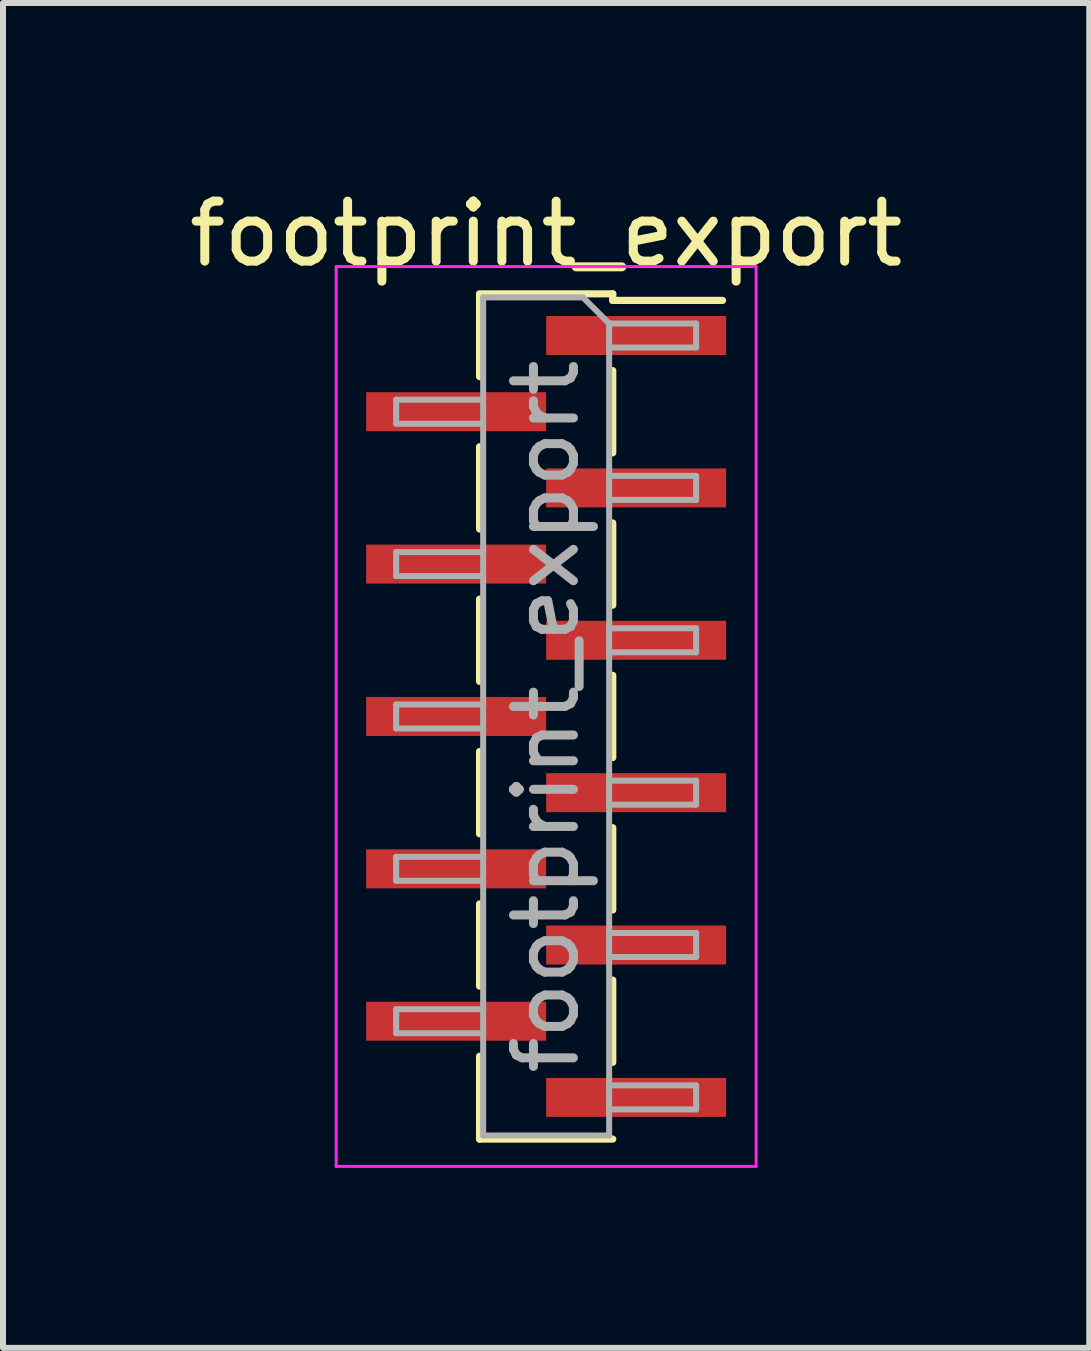
<source format=kicad_pcb>
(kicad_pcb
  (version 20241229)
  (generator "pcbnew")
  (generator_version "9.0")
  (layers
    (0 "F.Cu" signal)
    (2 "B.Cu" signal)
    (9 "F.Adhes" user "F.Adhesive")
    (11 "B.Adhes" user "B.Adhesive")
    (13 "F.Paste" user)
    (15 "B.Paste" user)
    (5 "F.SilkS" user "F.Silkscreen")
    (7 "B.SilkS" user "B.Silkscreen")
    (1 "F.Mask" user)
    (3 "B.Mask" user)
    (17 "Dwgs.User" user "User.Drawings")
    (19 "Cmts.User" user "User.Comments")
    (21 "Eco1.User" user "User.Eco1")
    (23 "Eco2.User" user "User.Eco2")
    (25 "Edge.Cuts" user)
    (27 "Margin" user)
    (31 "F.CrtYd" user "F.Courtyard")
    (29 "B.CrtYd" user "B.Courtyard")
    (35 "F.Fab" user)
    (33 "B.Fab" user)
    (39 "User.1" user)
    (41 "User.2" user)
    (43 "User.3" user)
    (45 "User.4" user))
  (footprint "footprint_export"
    (layer "F.Cu")
    (at 6.054 8.893)
    (property "Reference" "footprint_export" (at 0 -8.045 0) (layer "F.SilkS") (effects (font (size 1 1) (thickness 0.15))))
    (attr smd)
    (fp_line (start -1.11 -7.045) (end 1.11 -7.045) (stroke (width 0.12) (type solid)) (layer "F.SilkS"))
    (fp_line (start -1.11 -7.035) (end -1.11 -5.665) (stroke (width 0.12) (type solid)) (layer "F.SilkS"))
    (fp_line (start -1.11 -4.495) (end -1.11 -3.125) (stroke (width 0.12) (type solid)) (layer "F.SilkS"))
    (fp_line (start -1.11 -1.955) (end -1.11 -0.585) (stroke (width 0.12) (type solid)) (layer "F.SilkS"))
    (fp_line (start -1.11 0.585) (end -1.11 1.955) (stroke (width 0.12) (type solid)) (layer "F.SilkS"))
    (fp_line (start -1.11 3.125) (end -1.11 4.495) (stroke (width 0.12) (type solid)) (layer "F.SilkS"))
    (fp_line (start -1.11 5.665) (end -1.11 7.035) (stroke (width 0.12) (type solid)) (layer "F.SilkS"))
    (fp_line (start -1.11 6.935) (end -1.11 7.045) (stroke (width 0.12) (type solid)) (layer "F.SilkS"))
    (fp_line (start -1.11 7.045) (end 1.11 7.045) (stroke (width 0.12) (type solid)) (layer "F.SilkS"))
    (fp_line (start 1.11 -7.045) (end 1.11 -6.935) (stroke (width 0.12) (type solid)) (layer "F.SilkS"))
    (fp_line (start 1.11 -6.935) (end 2.94 -6.935) (stroke (width 0.12) (type solid)) (layer "F.SilkS"))
    (fp_line (start 1.11 -5.765) (end 1.11 -4.395) (stroke (width 0.12) (type solid)) (layer "F.SilkS"))
    (fp_line (start 1.11 -3.225) (end 1.11 -1.855) (stroke (width 0.12) (type solid)) (layer "F.SilkS"))
    (fp_line (start 1.11 -0.685) (end 1.11 0.685) (stroke (width 0.12) (type solid)) (layer "F.SilkS"))
    (fp_line (start 1.11 1.855) (end 1.11 3.225) (stroke (width 0.12) (type solid)) (layer "F.SilkS"))
    (fp_line (start 1.11 4.395) (end 1.11 5.765) (stroke (width 0.12) (type solid)) (layer "F.SilkS"))
    (fp_line (start -3.5 -7.5) (end -3.5 7.5) (stroke (width 0.05) (type solid)) (layer "F.CrtYd"))
    (fp_line (start -3.5 7.5) (end 3.5 7.5) (stroke (width 0.05) (type solid)) (layer "F.CrtYd"))
    (fp_line (start 3.5 -7.5) (end -3.5 -7.5) (stroke (width 0.05) (type solid)) (layer "F.CrtYd"))
    (fp_line (start 3.5 7.5) (end 3.5 -7.5) (stroke (width 0.05) (type solid)) (layer "F.CrtYd"))
    (fp_line (start -2.5 -5.28) (end -2.5 -4.88) (stroke (width 0.1) (type solid)) (layer "F.Fab"))
    (fp_line (start -2.5 -4.88) (end -1.05 -4.88) (stroke (width 0.1) (type solid)) (layer "F.Fab"))
    (fp_line (start -2.5 -2.74) (end -2.5 -2.34) (stroke (width 0.1) (type solid)) (layer "F.Fab"))
    (fp_line (start -2.5 -2.34) (end -1.05 -2.34) (stroke (width 0.1) (type solid)) (layer "F.Fab"))
    (fp_line (start -2.5 -0.2) (end -2.5 0.2) (stroke (width 0.1) (type solid)) (layer "F.Fab"))
    (fp_line (start -2.5 0.2) (end -1.05 0.2) (stroke (width 0.1) (type solid)) (layer "F.Fab"))
    (fp_line (start -2.5 2.34) (end -2.5 2.74) (stroke (width 0.1) (type solid)) (layer "F.Fab"))
    (fp_line (start -2.5 2.74) (end -1.05 2.74) (stroke (width 0.1) (type solid)) (layer "F.Fab"))
    (fp_line (start -2.5 4.88) (end -2.5 5.28) (stroke (width 0.1) (type solid)) (layer "F.Fab"))
    (fp_line (start -2.5 5.28) (end -1.05 5.28) (stroke (width 0.1) (type solid)) (layer "F.Fab"))
    (fp_line (start -1.05 -6.985) (end -1.05 6.985) (stroke (width 0.1) (type solid)) (layer "F.Fab"))
    (fp_line (start -1.05 -6.985) (end 0.615 -6.985) (stroke (width 0.1) (type solid)) (layer "F.Fab"))
    (fp_line (start -1.05 -5.28) (end -2.5 -5.28) (stroke (width 0.1) (type solid)) (layer "F.Fab"))
    (fp_line (start -1.05 -2.74) (end -2.5 -2.74) (stroke (width 0.1) (type solid)) (layer "F.Fab"))
    (fp_line (start -1.05 -0.2) (end -2.5 -0.2) (stroke (width 0.1) (type solid)) (layer "F.Fab"))
    (fp_line (start -1.05 2.34) (end -2.5 2.34) (stroke (width 0.1) (type solid)) (layer "F.Fab"))
    (fp_line (start -1.05 4.88) (end -2.5 4.88) (stroke (width 0.1) (type solid)) (layer "F.Fab"))
    (fp_line (start 1.05 -6.55) (end 0.615 -6.985) (stroke (width 0.1) (type solid)) (layer "F.Fab"))
    (fp_line (start 1.05 -6.55) (end 2.5 -6.55) (stroke (width 0.1) (type solid)) (layer "F.Fab"))
    (fp_line (start 1.05 -4.01) (end 2.5 -4.01) (stroke (width 0.1) (type solid)) (layer "F.Fab"))
    (fp_line (start 1.05 -1.47) (end 2.5 -1.47) (stroke (width 0.1) (type solid)) (layer "F.Fab"))
    (fp_line (start 1.05 1.07) (end 2.5 1.07) (stroke (width 0.1) (type solid)) (layer "F.Fab"))
    (fp_line (start 1.05 3.61) (end 2.5 3.61) (stroke (width 0.1) (type solid)) (layer "F.Fab"))
    (fp_line (start 1.05 6.15) (end 2.5 6.15) (stroke (width 0.1) (type solid)) (layer "F.Fab"))
    (fp_line (start 1.05 6.985) (end -1.05 6.985) (stroke (width 0.1) (type solid)) (layer "F.Fab"))
    (fp_line (start 1.05 6.985) (end 1.05 -6.55) (stroke (width 0.1) (type solid)) (layer "F.Fab"))
    (fp_line (start 2.5 -6.55) (end 2.5 -6.15) (stroke (width 0.1) (type solid)) (layer "F.Fab"))
    (fp_line (start 2.5 -6.15) (end 1.05 -6.15) (stroke (width 0.1) (type solid)) (layer "F.Fab"))
    (fp_line (start 2.5 -4.01) (end 2.5 -3.61) (stroke (width 0.1) (type solid)) (layer "F.Fab"))
    (fp_line (start 2.5 -3.61) (end 1.05 -3.61) (stroke (width 0.1) (type solid)) (layer "F.Fab"))
    (fp_line (start 2.5 -1.47) (end 2.5 -1.07) (stroke (width 0.1) (type solid)) (layer "F.Fab"))
    (fp_line (start 2.5 -1.07) (end 1.05 -1.07) (stroke (width 0.1) (type solid)) (layer "F.Fab"))
    (fp_line (start 2.5 1.07) (end 2.5 1.47) (stroke (width 0.1) (type solid)) (layer "F.Fab"))
    (fp_line (start 2.5 1.47) (end 1.05 1.47) (stroke (width 0.1) (type solid)) (layer "F.Fab"))
    (fp_line (start 2.5 3.61) (end 2.5 4.01) (stroke (width 0.1) (type solid)) (layer "F.Fab"))
    (fp_line (start 2.5 4.01) (end 1.05 4.01) (stroke (width 0.1) (type solid)) (layer "F.Fab"))
    (fp_line (start 2.5 6.15) (end 2.5 6.55) (stroke (width 0.1) (type solid)) (layer "F.Fab"))
    (fp_line (start 2.5 6.55) (end 1.05 6.55) (stroke (width 0.1) (type solid)) (layer "F.Fab"))
    (fp_text user "${REFERENCE}" (at 0 0 90) (layer "F.Fab") (effects (font (size 1 1) (thickness 0.15))))
    (pad "1" smd rect (at 1.5 -6.35) (size 3 0.65) (layers "F.Cu" "F.Mask" "F.Paste"))
    (pad "2" smd rect (at -1.5 -5.08) (size 3 0.65) (layers "F.Cu" "F.Mask" "F.Paste"))
    (pad "3" smd rect (at 1.5 -3.81) (size 3 0.65) (layers "F.Cu" "F.Mask" "F.Paste"))
    (pad "4" smd rect (at -1.5 -2.54) (size 3 0.65) (layers "F.Cu" "F.Mask" "F.Paste"))
    (pad "5" smd rect (at 1.5 -1.27) (size 3 0.65) (layers "F.Cu" "F.Mask" "F.Paste"))
    (pad "6" smd rect (at -1.5 0) (size 3 0.65) (layers "F.Cu" "F.Mask" "F.Paste"))
    (pad "7" smd rect (at 1.5 1.27) (size 3 0.65) (layers "F.Cu" "F.Mask" "F.Paste"))
    (pad "8" smd rect (at -1.5 2.54) (size 3 0.65) (layers "F.Cu" "F.Mask" "F.Paste"))
    (pad "9" smd rect (at 1.5 3.81) (size 3 0.65) (layers "F.Cu" "F.Mask" "F.Paste"))
    (pad "10" smd rect (at -1.5 5.08) (size 3 0.65) (layers "F.Cu" "F.Mask" "F.Paste"))
    (pad "11" smd rect (at 1.5 6.35) (size 3 0.65) (layers "F.Cu" "F.Mask" "F.Paste")))
  (gr_rect
    (start -3 -3)
    (end 15.107 19.418)
    (stroke (width 0.1) (type default))
    (fill no)
    (layer "Edge.Cuts")))
</source>
